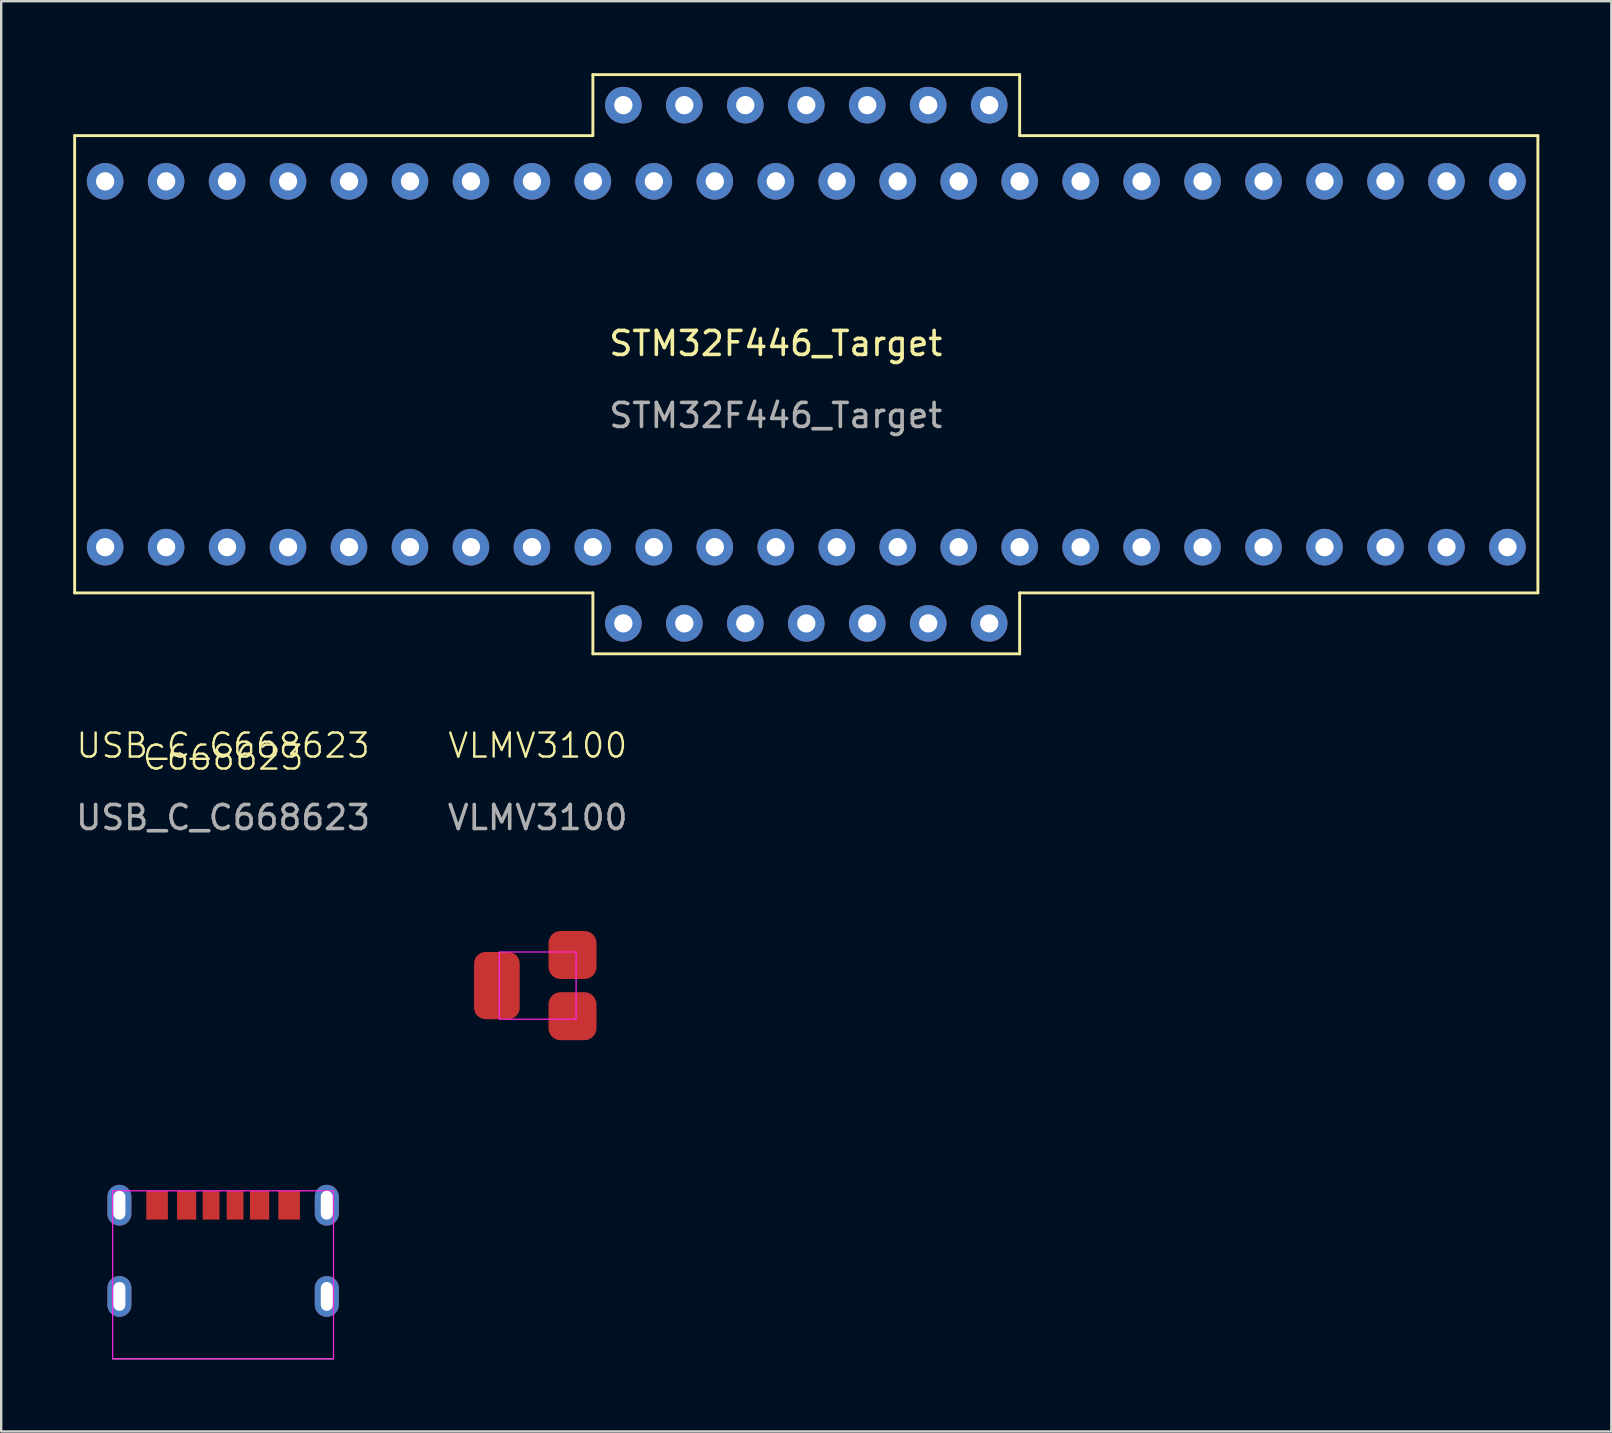
<source format=kicad_pcb>
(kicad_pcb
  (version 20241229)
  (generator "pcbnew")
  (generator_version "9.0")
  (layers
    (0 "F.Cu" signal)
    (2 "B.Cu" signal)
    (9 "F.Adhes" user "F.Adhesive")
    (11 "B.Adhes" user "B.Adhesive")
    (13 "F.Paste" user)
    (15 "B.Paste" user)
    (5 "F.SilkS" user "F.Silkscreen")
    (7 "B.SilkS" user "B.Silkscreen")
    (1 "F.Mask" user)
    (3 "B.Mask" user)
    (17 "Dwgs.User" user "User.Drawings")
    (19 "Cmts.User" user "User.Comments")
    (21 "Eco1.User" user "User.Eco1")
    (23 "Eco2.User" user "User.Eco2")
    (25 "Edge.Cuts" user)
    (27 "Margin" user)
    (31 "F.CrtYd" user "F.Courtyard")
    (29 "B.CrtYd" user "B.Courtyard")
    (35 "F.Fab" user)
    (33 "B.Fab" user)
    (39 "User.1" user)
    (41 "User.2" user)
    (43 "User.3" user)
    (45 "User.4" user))
  (footprint "STM32F446_Target"
    (layer "F.Cu")
    (at 29.27 12.125)
    (property "Reference" "STM32F446_Target" (at 0 -0.865 0) (unlocked yes) (layer "F.SilkS") (effects (font (size 1 1) (thickness 0.15))))
    (attr through_hole)
    (fp_line (start -29.21 -9.525) (end -29.21 9.525) (stroke (width 0.12) (type solid)) (layer "F.SilkS"))
    (fp_line (start -29.21 -9.525) (end -7.62 -9.525) (stroke (width 0.12) (type solid)) (layer "F.SilkS"))
    (fp_line (start -7.62 -12.065) (end 10.16 -12.065) (stroke (width 0.12) (type solid)) (layer "F.SilkS"))
    (fp_line (start -7.62 -9.525) (end -7.62 -12.065) (stroke (width 0.12) (type solid)) (layer "F.SilkS"))
    (fp_line (start -7.62 9.525) (end -29.21 9.525) (stroke (width 0.12) (type solid)) (layer "F.SilkS"))
    (fp_line (start -7.62 12.065) (end -7.62 9.525) (stroke (width 0.12) (type solid)) (layer "F.SilkS"))
    (fp_line (start 10.16 -12.065) (end 10.16 -9.525) (stroke (width 0.12) (type solid)) (layer "F.SilkS"))
    (fp_line (start 10.16 -9.525) (end 31.75 -9.525) (stroke (width 0.12) (type solid)) (layer "F.SilkS"))
    (fp_line (start 10.16 9.525) (end 10.16 12.065) (stroke (width 0.12) (type solid)) (layer "F.SilkS"))
    (fp_line (start 10.16 12.065) (end -7.62 12.065) (stroke (width 0.12) (type solid)) (layer "F.SilkS"))
    (fp_line (start 31.75 -9.525) (end 31.75 9.525) (stroke (width 0.12) (type solid)) (layer "F.SilkS"))
    (fp_line (start 31.75 9.525) (end 10.16 9.525) (stroke (width 0.12) (type solid)) (layer "F.SilkS"))
    (fp_text user "${REFERENCE}" (at 0 2.135 0) (unlocked yes) (layer "F.Fab") (effects (font (size 1 1) (thickness 0.15))))
    (pad "1" thru_hole circle (at -27.94 7.62) (size 1.524 1.524) (drill 0.762) (layers "*.Cu" "*.Mask"))
    (pad "2" thru_hole circle (at -25.4 7.62) (size 1.524 1.524) (drill 0.762) (layers "*.Cu" "*.Mask"))
    (pad "3" thru_hole circle (at -22.86 7.62) (size 1.524 1.524) (drill 0.762) (layers "*.Cu" "*.Mask"))
    (pad "4" thru_hole circle (at -20.32 7.62) (size 1.524 1.524) (drill 0.762) (layers "*.Cu" "*.Mask"))
    (pad "5" thru_hole circle (at -17.78 7.62) (size 1.524 1.524) (drill 0.762) (layers "*.Cu" "*.Mask"))
    (pad "6" thru_hole circle (at -15.24 7.62) (size 1.524 1.524) (drill 0.762) (layers "*.Cu" "*.Mask"))
    (pad "7" thru_hole circle (at -12.7 7.62) (size 1.524 1.524) (drill 0.762) (layers "*.Cu" "*.Mask"))
    (pad "8" thru_hole circle (at -10.16 7.62) (size 1.524 1.524) (drill 0.762) (layers "*.Cu" "*.Mask"))
    (pad "9" thru_hole circle (at -7.62 7.62) (size 1.524 1.524) (drill 0.762) (layers "*.Cu" "*.Mask"))
    (pad "10" thru_hole circle (at -5.08 7.62) (size 1.524 1.524) (drill 0.762) (layers "*.Cu" "*.Mask"))
    (pad "11" thru_hole circle (at -2.54 7.62) (size 1.524 1.524) (drill 0.762) (layers "*.Cu" "*.Mask"))
    (pad "12" thru_hole circle (at 0 7.62) (size 1.524 1.524) (drill 0.762) (layers "*.Cu" "*.Mask"))
    (pad "13" thru_hole circle (at 2.54 7.62) (size 1.524 1.524) (drill 0.762) (layers "*.Cu" "*.Mask"))
    (pad "14" thru_hole circle (at 5.08 7.62) (size 1.524 1.524) (drill 0.762) (layers "*.Cu" "*.Mask"))
    (pad "15" thru_hole circle (at 7.62 7.62) (size 1.524 1.524) (drill 0.762) (layers "*.Cu" "*.Mask"))
    (pad "16" thru_hole circle (at 10.16 7.62) (size 1.524 1.524) (drill 0.762) (layers "*.Cu" "*.Mask"))
    (pad "17" thru_hole circle (at 12.7 7.62) (size 1.524 1.524) (drill 0.762) (layers "*.Cu" "*.Mask"))
    (pad "18" thru_hole circle (at 15.24 7.62) (size 1.524 1.524) (drill 0.762) (layers "*.Cu" "*.Mask"))
    (pad "19" thru_hole circle (at 17.78 7.62) (size 1.524 1.524) (drill 0.762) (layers "*.Cu" "*.Mask"))
    (pad "20" thru_hole circle (at 20.32 7.62) (size 1.524 1.524) (drill 0.762) (layers "*.Cu" "*.Mask"))
    (pad "21" thru_hole circle (at 22.86 7.62) (size 1.524 1.524) (drill 0.762) (layers "*.Cu" "*.Mask"))
    (pad "22" thru_hole circle (at 25.4 7.62) (size 1.524 1.524) (drill 0.762) (layers "*.Cu" "*.Mask"))
    (pad "23" thru_hole circle (at 27.94 7.62) (size 1.524 1.524) (drill 0.762) (layers "*.Cu" "*.Mask"))
    (pad "24" thru_hole circle (at 30.48 7.62) (size 1.524 1.524) (drill 0.762) (layers "*.Cu" "*.Mask"))
    (pad "25" thru_hole circle (at 30.48 -7.62) (size 1.524 1.524) (drill 0.762) (layers "*.Cu" "*.Mask"))
    (pad "26" thru_hole circle (at 27.94 -7.62) (size 1.524 1.524) (drill 0.762) (layers "*.Cu" "*.Mask"))
    (pad "27" thru_hole circle (at 25.4 -7.62) (size 1.524 1.524) (drill 0.762) (layers "*.Cu" "*.Mask"))
    (pad "28" thru_hole circle (at 22.86 -7.62) (size 1.524 1.524) (drill 0.762) (layers "*.Cu" "*.Mask"))
    (pad "29" thru_hole circle (at 20.32 -7.62) (size 1.524 1.524) (drill 0.762) (layers "*.Cu" "*.Mask"))
    (pad "30" thru_hole circle (at 17.78 -7.62) (size 1.524 1.524) (drill 0.762) (layers "*.Cu" "*.Mask"))
    (pad "31" thru_hole circle (at 15.24 -7.62) (size 1.524 1.524) (drill 0.762) (layers "*.Cu" "*.Mask"))
    (pad "32" thru_hole circle (at 12.7 -7.62) (size 1.524 1.524) (drill 0.762) (layers "*.Cu" "*.Mask"))
    (pad "33" thru_hole circle (at 10.16 -7.62) (size 1.524 1.524) (drill 0.762) (layers "*.Cu" "*.Mask"))
    (pad "34" thru_hole circle (at 7.62 -7.62) (size 1.524 1.524) (drill 0.762) (layers "*.Cu" "*.Mask"))
    (pad "35" thru_hole circle (at 5.08 -7.62) (size 1.524 1.524) (drill 0.762) (layers "*.Cu" "*.Mask"))
    (pad "36" thru_hole circle (at 2.54 -7.62) (size 1.524 1.524) (drill 0.762) (layers "*.Cu" "*.Mask"))
    (pad "37" thru_hole circle (at 0 -7.62) (size 1.524 1.524) (drill 0.762) (layers "*.Cu" "*.Mask"))
    (pad "38" thru_hole circle (at -2.54 -7.62) (size 1.524 1.524) (drill 0.762) (layers "*.Cu" "*.Mask"))
    (pad "39" thru_hole circle (at -5.08 -7.62) (size 1.524 1.524) (drill 0.762) (layers "*.Cu" "*.Mask"))
    (pad "40" thru_hole circle (at -7.62 -7.62) (size 1.524 1.524) (drill 0.762) (layers "*.Cu" "*.Mask"))
    (pad "41" thru_hole circle (at -10.16 -7.62) (size 1.524 1.524) (drill 0.762) (layers "*.Cu" "*.Mask"))
    (pad "42" thru_hole circle (at -12.7 -7.62) (size 1.524 1.524) (drill 0.762) (layers "*.Cu" "*.Mask"))
    (pad "43" thru_hole circle (at -15.24 -7.62) (size 1.524 1.524) (drill 0.762) (layers "*.Cu" "*.Mask"))
    (pad "44" thru_hole circle (at -17.78 -7.62) (size 1.524 1.524) (drill 0.762) (layers "*.Cu" "*.Mask"))
    (pad "45" thru_hole circle (at -20.32 -7.62) (size 1.524 1.524) (drill 0.762) (layers "*.Cu" "*.Mask"))
    (pad "46" thru_hole circle (at -22.86 -7.62) (size 1.524 1.524) (drill 0.762) (layers "*.Cu" "*.Mask"))
    (pad "47" thru_hole circle (at -25.4 -7.62) (size 1.524 1.524) (drill 0.762) (layers "*.Cu" "*.Mask"))
    (pad "48" thru_hole circle (at -27.94 -7.62) (size 1.524 1.524) (drill 0.762) (layers "*.Cu" "*.Mask"))
    (pad "49" thru_hole circle (at -6.35 10.795) (size 1.524 1.524) (drill 0.762) (layers "*.Cu" "*.Mask"))
    (pad "50" thru_hole circle (at -3.81 10.795) (size 1.524 1.524) (drill 0.762) (layers "*.Cu" "*.Mask"))
    (pad "51" thru_hole circle (at -1.27 10.795) (size 1.524 1.524) (drill 0.762) (layers "*.Cu" "*.Mask"))
    (pad "52" thru_hole circle (at 1.27 10.795) (size 1.524 1.524) (drill 0.762) (layers "*.Cu" "*.Mask"))
    (pad "53" thru_hole circle (at 3.81 10.795) (size 1.524 1.524) (drill 0.762) (layers "*.Cu" "*.Mask"))
    (pad "54" thru_hole circle (at 6.35 10.795) (size 1.524 1.524) (drill 0.762) (layers "*.Cu" "*.Mask"))
    (pad "55" thru_hole circle (at 8.89 10.795) (size 1.524 1.524) (drill 0.762) (layers "*.Cu" "*.Mask"))
    (pad "56" thru_hole circle (at 8.89 -10.795) (size 1.524 1.524) (drill 0.762) (layers "*.Cu" "*.Mask"))
    (pad "57" thru_hole circle (at 6.35 -10.795) (size 1.524 1.524) (drill 0.762) (layers "*.Cu" "*.Mask"))
    (pad "58" thru_hole circle (at 3.81 -10.795) (size 1.524 1.524) (drill 0.762) (layers "*.Cu" "*.Mask"))
    (pad "59" thru_hole circle (at 1.27 -10.795) (size 1.524 1.524) (drill 0.762) (layers "*.Cu" "*.Mask"))
    (pad "60" thru_hole circle (at -1.27 -10.795) (size 1.524 1.524) (drill 0.762) (layers "*.Cu" "*.Mask"))
    (pad "61" thru_hole circle (at -3.81 -10.795) (size 1.524 1.524) (drill 0.762) (layers "*.Cu" "*.Mask"))
    (pad "62" thru_hole circle (at -6.35 -10.795) (size 1.524 1.524) (drill 0.762) (layers "*.Cu" "*.Mask")))
  (footprint "VLMV3100"
    (layer "F.Cu")
    (at 19.351 38.011)
    (property "Reference" "VLMV3100" (at 0 -10 0) (unlocked yes) (layer "F.SilkS") (effects (font (size 1 1) (thickness 0.1))))
    (attr smd)
    (fp_rect (start -1.6 -1.4) (end 1.6 1.4) (stroke (width 0.05) (type default)) (fill no) (layer "F.CrtYd"))
    (fp_text user "${REFERENCE}" (at 0 -7 0) (unlocked yes) (layer "F.Fab") (effects (font (size 1 1) (thickness 0.15))))
    (pad "1" smd roundrect (at -1.7 0) (size 1.9 2.8) (layers "F.Cu" "F.Mask" "F.Paste") (roundrect_rratio 0.25))
    (pad "2" smd roundrect (at 1.45 1.275) (size 2 2) (layers "F.Cu" "F.Mask" "F.Paste") (roundrect_rratio 0.25))
    (pad "3" smd roundrect (at 1.45 -1.275) (size 2 2) (layers "F.Cu" "F.Mask" "F.Paste") (roundrect_rratio 0.25)))
  (footprint "USB_C_C668623"
    (layer "F.Cu")
    (at 6.244 47.16)
    (property "Reference" "USB_C_C668623" (at 0 -19.15 0) (unlocked yes) (layer "F.SilkS") (effects (font (size 1 1) (thickness 0.1))))
    (property "LCSC" "C668623" (at 0 -18.65 0) (layer "F.SilkS") (effects (font (size 1 1) (thickness 0.1))))
    (attr through_hole)
    (fp_rect (start -4.6 -0.6) (end 4.6 6.4) (stroke (width 0.05) (type default)) (fill no) (layer "F.CrtYd"))
    (fp_line (start 4.6 6.4) (end -4.6 6.4) (stroke (width 0.05) (type default)) (layer "F.Fab"))
    (fp_text user "${REFERENCE}" (at 0 -16.15 0) (unlocked yes) (layer "F.Fab") (effects (font (size 1 1) (thickness 0.15))))
    (pad "A5" smd rect (at -0.5 0) (size 0.7 1.2) (layers "F.Cu" "F.Mask" "F.Paste"))
    (pad "A9" smd rect (at 1.52 0) (size 0.8 1.2) (layers "F.Cu" "F.Mask" "F.Paste"))
    (pad "A12" smd rect (at 2.75 0) (size 0.9 1.2) (layers "F.Cu" "F.Mask" "F.Paste"))
    (pad "B5" smd rect (at 0.5 0) (size 0.7 1.2) (layers "F.Cu" "F.Mask" "F.Paste"))
    (pad "B9" smd rect (at -1.52 0) (size 0.8 1.2) (layers "F.Cu" "F.Mask" "F.Paste"))
    (pad "B12" smd rect (at -2.75 0) (size 0.9 1.2) (layers "F.Cu" "F.Mask" "F.Paste"))
    (pad "S" thru_hole oval (at -4.32 0) (size 1 1.7) (drill oval 0.5 1.2) (layers "*.Cu" "*.Mask"))
    (pad "S" thru_hole oval (at -4.32 3.8) (size 1 1.7) (drill oval 0.5 1.2) (layers "*.Cu" "*.Mask"))
    (pad "S" thru_hole oval (at 4.32 0) (size 1 1.7) (drill oval 0.5 1.2) (layers "*.Cu" "*.Mask"))
    (pad "S" thru_hole oval (at 4.32 3.8) (size 1 1.7) (drill oval 0.5 1.2) (layers "*.Cu" "*.Mask")))
  (gr_rect
    (start -3 -3)
    (end 64.08 56.586)
    (stroke (width 0.1) (type default))
    (fill no)
    (layer "Edge.Cuts")))
</source>
